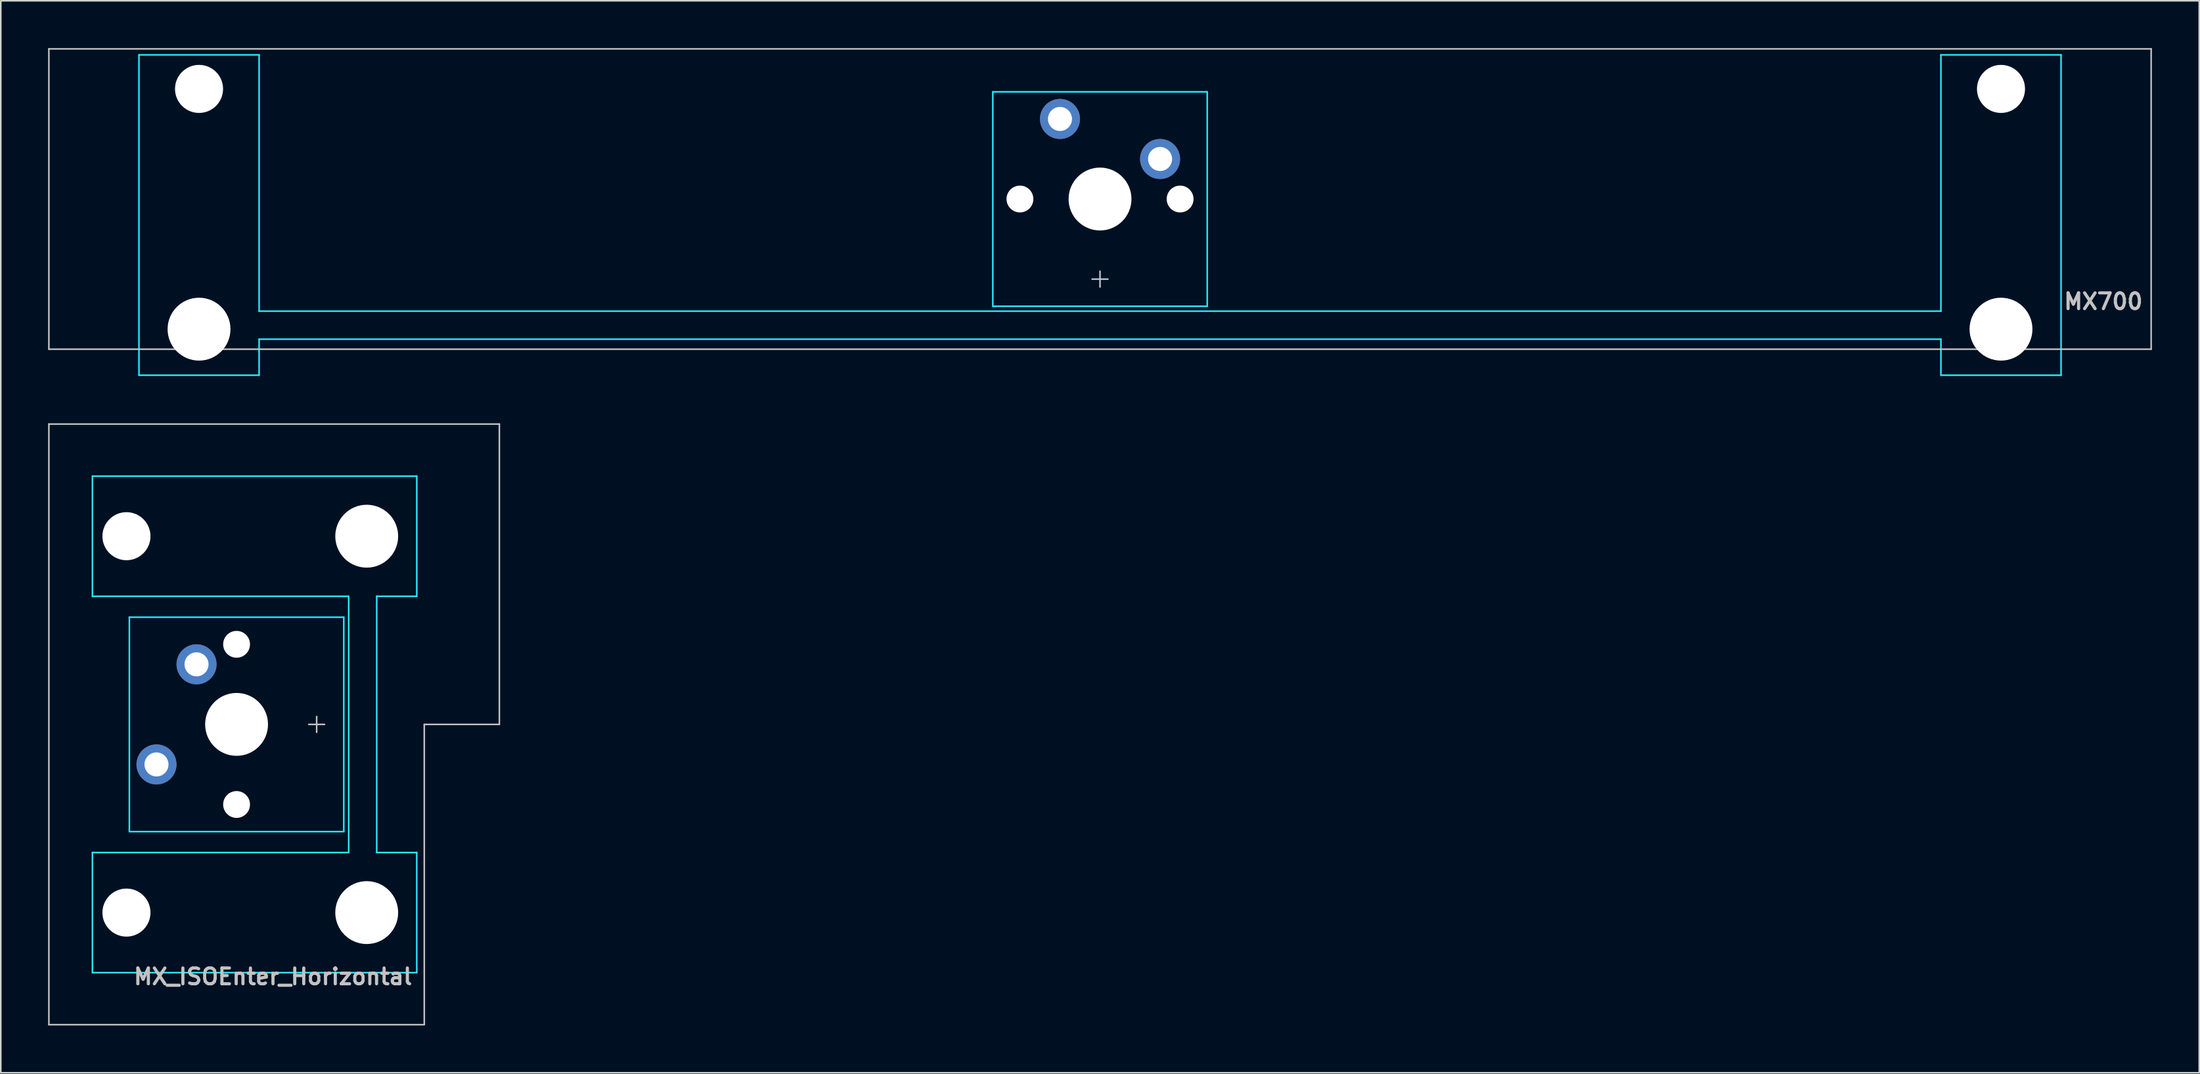
<source format=kicad_pcb>
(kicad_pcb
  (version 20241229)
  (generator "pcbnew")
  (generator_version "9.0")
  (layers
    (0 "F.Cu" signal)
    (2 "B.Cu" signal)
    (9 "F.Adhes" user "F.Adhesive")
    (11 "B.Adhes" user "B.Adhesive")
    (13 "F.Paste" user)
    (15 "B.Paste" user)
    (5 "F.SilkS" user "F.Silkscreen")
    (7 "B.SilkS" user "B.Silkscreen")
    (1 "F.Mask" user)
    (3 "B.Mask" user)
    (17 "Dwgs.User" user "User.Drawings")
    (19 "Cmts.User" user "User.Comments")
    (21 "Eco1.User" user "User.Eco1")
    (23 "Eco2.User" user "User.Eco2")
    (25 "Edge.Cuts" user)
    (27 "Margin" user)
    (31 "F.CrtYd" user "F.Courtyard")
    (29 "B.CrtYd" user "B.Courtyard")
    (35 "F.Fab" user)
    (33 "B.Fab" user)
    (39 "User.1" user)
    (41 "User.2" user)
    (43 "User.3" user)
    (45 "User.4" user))
  (footprint "MX700"
    (layer "F.Cu")
    (at 66.725 9.575)
    (property "Reference" "MX700" (at 66.25 6.5 0) (layer "Dwgs.User") (effects (font (size 1 1) (thickness 0.2)) (justify right)))
    (attr through_hole)
    (fp_line (start -66.675 -9.525) (end -66.675 9.525) (stroke (width 0.1) (type solid)) (layer "Dwgs.User"))
    (fp_line (start -66.675 -9.525) (end 66.675 -9.525) (stroke (width 0.1) (type solid)) (layer "Dwgs.User"))
    (fp_line (start -66.675 9.525) (end 66.675 9.525) (stroke (width 0.1) (type solid)) (layer "Dwgs.User"))
    (fp_line (start -0.5 5.08) (end 0.5 5.08) (stroke (width 0.1) (type solid)) (layer "Dwgs.User"))
    (fp_line (start 0 5.58) (end 0 4.58) (stroke (width 0.1) (type solid)) (layer "Dwgs.User"))
    (fp_line (start 66.675 -9.525) (end 66.675 9.525) (stroke (width 0.1) (type solid)) (layer "Dwgs.User"))
    (fp_line (start -60.65 -5.485) (end -60.65 8.515) (stroke (width 0.1) (type solid)) (layer "Eco1.User"))
    (fp_line (start -60.15 -5.985) (end -54.15 -5.985) (stroke (width 0.1) (type solid)) (layer "Eco1.User"))
    (fp_line (start -54.15 9.015) (end -60.15 9.015) (stroke (width 0.1) (type solid)) (layer "Eco1.User"))
    (fp_line (start -53.65 8.515) (end -53.65 -5.485) (stroke (width 0.1) (type solid)) (layer "Eco1.User"))
    (fp_line (start -7 -6.5) (end -7 6.5) (stroke (width 0.1) (type solid)) (layer "Eco1.User"))
    (fp_line (start -6.5 7) (end 6.5 7) (stroke (width 0.1) (type solid)) (layer "Eco1.User"))
    (fp_line (start 6.5 -7) (end -6.5 -7) (stroke (width 0.1) (type solid)) (layer "Eco1.User"))
    (fp_line (start 7 6.5) (end 7 -6.5) (stroke (width 0.1) (type solid)) (layer "Eco1.User"))
    (fp_line (start 53.65 -5.485) (end 53.65 8.515) (stroke (width 0.1) (type solid)) (layer "Eco1.User"))
    (fp_line (start 54.15 -5.985) (end 60.15 -5.985) (stroke (width 0.1) (type solid)) (layer "Eco1.User"))
    (fp_line (start 60.15 9.015) (end 54.15 9.015) (stroke (width 0.1) (type solid)) (layer "Eco1.User"))
    (fp_line (start 60.65 8.515) (end 60.65 -5.485) (stroke (width 0.1) (type solid)) (layer "Eco1.User"))
    (fp_arc (start -60.65 -5.485) (mid -60.503553 -5.838553) (end -60.15 -5.985) (stroke (width 0.1) (type solid)) (layer "Eco1.User"))
    (fp_arc (start -60.15 9.015) (mid -60.503553 8.868553) (end -60.65 8.515) (stroke (width 0.1) (type solid)) (layer "Eco1.User"))
    (fp_arc (start -54.15 -5.985) (mid -53.796447 -5.838553) (end -53.65 -5.485) (stroke (width 0.1) (type solid)) (layer "Eco1.User"))
    (fp_arc (start -53.65 8.515) (mid -53.796447 8.868553) (end -54.15 9.015) (stroke (width 0.1) (type solid)) (layer "Eco1.User"))
    (fp_arc (start -7 -6.5) (mid -6.853553 -6.853553) (end -6.5 -7) (stroke (width 0.1) (type solid)) (layer "Eco1.User"))
    (fp_arc (start -6.5 7) (mid -6.853553 6.853553) (end -7 6.5) (stroke (width 0.1) (type solid)) (layer "Eco1.User"))
    (fp_arc (start 6.5 -7) (mid 6.853553 -6.853553) (end 7 -6.5) (stroke (width 0.1) (type solid)) (layer "Eco1.User"))
    (fp_arc (start 7 6.5) (mid 6.853553 6.853553) (end 6.5 7) (stroke (width 0.1) (type solid)) (layer "Eco1.User"))
    (fp_arc (start 53.65 -5.485) (mid 53.796447 -5.838553) (end 54.15 -5.985) (stroke (width 0.1) (type solid)) (layer "Eco1.User"))
    (fp_arc (start 54.15 9.015) (mid 53.796447 8.868553) (end 53.65 8.515) (stroke (width 0.1) (type solid)) (layer "Eco1.User"))
    (fp_arc (start 60.15 -5.985) (mid 60.503553 -5.838553) (end 60.65 -5.485) (stroke (width 0.1) (type solid)) (layer "Eco1.User"))
    (fp_arc (start 60.65 8.515) (mid 60.503553 8.868553) (end 60.15 9.015) (stroke (width 0.1) (type solid)) (layer "Eco1.User"))
    (fp_line (start -60.96 -9.144) (end -60.96 11.176) (stroke (width 0.1) (type solid)) (layer "B.CrtYd"))
    (fp_line (start -60.96 -9.144) (end -53.34 -9.144) (stroke (width 0.1) (type solid)) (layer "B.CrtYd"))
    (fp_line (start -60.96 11.176) (end -53.34 11.176) (stroke (width 0.1) (type solid)) (layer "B.CrtYd"))
    (fp_line (start -53.34 7.112) (end -53.34 -9.144) (stroke (width 0.1) (type solid)) (layer "B.CrtYd"))
    (fp_line (start -53.34 7.112) (end 53.34 7.112) (stroke (width 0.1) (type solid)) (layer "B.CrtYd"))
    (fp_line (start -53.34 8.89) (end -53.34 11.176) (stroke (width 0.1) (type solid)) (layer "B.CrtYd"))
    (fp_line (start -53.34 8.89) (end 53.34 8.89) (stroke (width 0.1) (type solid)) (layer "B.CrtYd"))
    (fp_line (start -6.8 -6.8) (end -6.8 6.8) (stroke (width 0.1) (type solid)) (layer "B.CrtYd"))
    (fp_line (start -6.8 -6.8) (end 6.8 -6.8) (stroke (width 0.1) (type solid)) (layer "B.CrtYd"))
    (fp_line (start -6.8 6.8) (end 6.8 6.8) (stroke (width 0.1) (type solid)) (layer "B.CrtYd"))
    (fp_line (start 6.8 6.8) (end 6.8 -6.8) (stroke (width 0.1) (type solid)) (layer "B.CrtYd"))
    (fp_line (start 53.34 -9.144) (end 60.96 -9.144) (stroke (width 0.1) (type solid)) (layer "B.CrtYd"))
    (fp_line (start 53.34 7.112) (end 53.34 -9.144) (stroke (width 0.1) (type solid)) (layer "B.CrtYd"))
    (fp_line (start 53.34 8.89) (end 53.34 11.176) (stroke (width 0.1) (type solid)) (layer "B.CrtYd"))
    (fp_line (start 53.34 11.176) (end 60.96 11.176) (stroke (width 0.1) (type solid)) (layer "B.CrtYd"))
    (fp_line (start 60.96 -9.144) (end 60.96 11.176) (stroke (width 0.1) (type solid)) (layer "B.CrtYd"))
    (pad "" np_thru_hole circle (at -57.15 -6.985 180) (size 3.048 3.048) (drill 3.048) (layers "*.Cu" "*.Mask"))
    (pad "" np_thru_hole circle (at -57.15 8.255 180) (size 3.988 3.988) (drill 3.988) (layers "*.Cu" "*.Mask"))
    (pad "" np_thru_hole circle (at -5.08 0) (size 1.702 1.702) (drill 1.702) (layers "*.Cu" "*.Mask"))
    (pad "" connect circle (at -2.54 -5.08) (size 1.524 1.524) (layers "B.Mask"))
    (pad "" np_thru_hole circle (at 0 0) (size 3.988 3.988) (drill 3.988) (layers "*.Cu" "*.Mask"))
    (pad "" connect circle (at 3.81 -2.54) (size 1.524 1.524) (layers "B.Mask"))
    (pad "" np_thru_hole circle (at 5.08 0) (size 1.702 1.702) (drill 1.702) (layers "*.Cu" "*.Mask"))
    (pad "" np_thru_hole circle (at 57.15 -6.985 180) (size 3.048 3.048) (drill 3.048) (layers "*.Cu" "*.Mask"))
    (pad "" np_thru_hole circle (at 57.15 8.255 180) (size 3.988 3.988) (drill 3.988) (layers "*.Cu" "*.Mask"))
    (pad "1" thru_hole circle (at -2.54 -5.08) (size 2.54 2.54) (drill 1.524) (layers "*.Cu" "F.Mask"))
    (pad "2" thru_hole circle (at 3.81 -2.54) (size 2.54 2.54) (drill 1.524) (layers "*.Cu" "F.Mask")))
  (footprint "MX_ISOEnter_Horizontal"
    (layer "F.Cu")
    (at 11.956 42.901)
    (property "Reference" "MX_ISOEnter_Horizontal" (at 11.25 16 0) (layer "Dwgs.User") (effects (font (size 1 1) (thickness 0.2)) (justify right)))
    (fp_line (start -11.906 19.05) (end -11.906 -19.05) (stroke (width 0.1) (type solid)) (layer "Dwgs.User"))
    (fp_line (start 4.58 0) (end 5.58 0) (stroke (width 0.1) (type solid)) (layer "Dwgs.User"))
    (fp_line (start 5.08 0.5) (end 5.08 -0.5) (stroke (width 0.1) (type solid)) (layer "Dwgs.User"))
    (fp_line (start 11.906 19.05) (end -11.906 19.05) (stroke (width 0.1) (type solid)) (layer "Dwgs.User"))
    (fp_line (start 11.906 19.05) (end 11.906 0) (stroke (width 0.1) (type solid)) (layer "Dwgs.User"))
    (fp_line (start 16.669 -19.05) (end -11.906 -19.05) (stroke (width 0.1) (type solid)) (layer "Dwgs.User"))
    (fp_line (start 16.669 0) (end 11.906 0) (stroke (width 0.1) (type solid)) (layer "Dwgs.User"))
    (fp_line (start 16.669 0) (end 16.669 -19.05) (stroke (width 0.1) (type solid)) (layer "Dwgs.User"))
    (fp_line (start -7 -6.5) (end -7 6.5) (stroke (width 0.1) (type solid)) (layer "Eco1.User"))
    (fp_line (start -6.5 7) (end 6.5 7) (stroke (width 0.1) (type solid)) (layer "Eco1.User"))
    (fp_line (start -5.985 -8.938) (end -5.985 -14.938) (stroke (width 0.1) (type solid)) (layer "Eco1.User"))
    (fp_line (start -5.985 14.938) (end -5.985 8.938) (stroke (width 0.1) (type solid)) (layer "Eco1.User"))
    (fp_line (start -5.485 -8.438) (end 8.515 -8.438) (stroke (width 0.1) (type solid)) (layer "Eco1.User"))
    (fp_line (start -5.485 15.438) (end 8.515 15.438) (stroke (width 0.1) (type solid)) (layer "Eco1.User"))
    (fp_line (start 6.5 -7) (end -6.5 -7) (stroke (width 0.1) (type solid)) (layer "Eco1.User"))
    (fp_line (start 7 6.5) (end 7 -6.5) (stroke (width 0.1) (type solid)) (layer "Eco1.User"))
    (fp_line (start 8.515 -15.438) (end -5.485 -15.438) (stroke (width 0.1) (type solid)) (layer "Eco1.User"))
    (fp_line (start 8.515 8.438) (end -5.485 8.438) (stroke (width 0.1) (type solid)) (layer "Eco1.User"))
    (fp_line (start 9.015 -14.938) (end 9.015 -8.938) (stroke (width 0.1) (type solid)) (layer "Eco1.User"))
    (fp_line (start 9.015 8.938) (end 9.015 14.938) (stroke (width 0.1) (type solid)) (layer "Eco1.User"))
    (fp_arc (start -7 -6.5) (mid -6.853553 -6.853553) (end -6.5 -7) (stroke (width 0.1) (type solid)) (layer "Eco1.User"))
    (fp_arc (start -6.5 7) (mid -6.853553 6.853553) (end -7 6.5) (stroke (width 0.1) (type solid)) (layer "Eco1.User"))
    (fp_arc (start -5.985 -14.938) (mid -5.838553 -15.291553) (end -5.485 -15.438) (stroke (width 0.1) (type solid)) (layer "Eco1.User"))
    (fp_arc (start -5.985 8.938) (mid -5.838553 8.584447) (end -5.485 8.438) (stroke (width 0.1) (type solid)) (layer "Eco1.User"))
    (fp_arc (start -5.485 -8.438) (mid -5.838553 -8.584447) (end -5.985 -8.938) (stroke (width 0.1) (type solid)) (layer "Eco1.User"))
    (fp_arc (start -5.485 15.438) (mid -5.838553 15.291553) (end -5.985 14.938) (stroke (width 0.1) (type solid)) (layer "Eco1.User"))
    (fp_arc (start 6.5 -7) (mid 6.853553 -6.853553) (end 7 -6.5) (stroke (width 0.1) (type solid)) (layer "Eco1.User"))
    (fp_arc (start 7 6.5) (mid 6.853553 6.853553) (end 6.5 7) (stroke (width 0.1) (type solid)) (layer "Eco1.User"))
    (fp_arc (start 8.515 -15.438) (mid 8.868553 -15.291553) (end 9.015 -14.938) (stroke (width 0.1) (type solid)) (layer "Eco1.User"))
    (fp_arc (start 8.515 8.438) (mid 8.868553 8.584447) (end 9.015 8.938) (stroke (width 0.1) (type solid)) (layer "Eco1.User"))
    (fp_arc (start 9.015 -8.938) (mid 8.868553 -8.584447) (end 8.515 -8.438) (stroke (width 0.1) (type solid)) (layer "Eco1.User"))
    (fp_arc (start 9.015 14.938) (mid 8.868553 15.291553) (end 8.515 15.438) (stroke (width 0.1) (type solid)) (layer "Eco1.User"))
    (fp_line (start -9.144 -15.748) (end 11.43 -15.748) (stroke (width 0.1) (type solid)) (layer "B.CrtYd"))
    (fp_line (start -9.144 -8.128) (end -9.144 -15.748) (stroke (width 0.1) (type solid)) (layer "B.CrtYd"))
    (fp_line (start -9.144 -8.128) (end 7.112 -8.128) (stroke (width 0.1) (type solid)) (layer "B.CrtYd"))
    (fp_line (start -9.144 8.128) (end 7.112 8.128) (stroke (width 0.1) (type solid)) (layer "B.CrtYd"))
    (fp_line (start -9.144 15.748) (end -9.144 8.128) (stroke (width 0.1) (type solid)) (layer "B.CrtYd"))
    (fp_line (start -6.8 -6.8) (end -6.8 6.8) (stroke (width 0.1) (type solid)) (layer "B.CrtYd"))
    (fp_line (start 6.8 -6.8) (end -6.8 -6.8) (stroke (width 0.1) (type solid)) (layer "B.CrtYd"))
    (fp_line (start 6.8 -6.8) (end 6.8 6.8) (stroke (width 0.1) (type solid)) (layer "B.CrtYd"))
    (fp_line (start 6.8 6.8) (end -6.8 6.8) (stroke (width 0.1) (type solid)) (layer "B.CrtYd"))
    (fp_line (start 7.112 8.128) (end 7.112 -8.128) (stroke (width 0.1) (type solid)) (layer "B.CrtYd"))
    (fp_line (start 8.89 8.128) (end 8.89 -8.128) (stroke (width 0.1) (type solid)) (layer "B.CrtYd"))
    (fp_line (start 11.43 -15.748) (end 11.43 -8.128) (stroke (width 0.1) (type solid)) (layer "B.CrtYd"))
    (fp_line (start 11.43 -8.128) (end 8.89 -8.128) (stroke (width 0.1) (type solid)) (layer "B.CrtYd"))
    (fp_line (start 11.43 8.128) (end 8.89 8.128) (stroke (width 0.1) (type solid)) (layer "B.CrtYd"))
    (fp_line (start 11.43 8.128) (end 11.43 15.748) (stroke (width 0.1) (type solid)) (layer "B.CrtYd"))
    (fp_line (start 11.43 15.748) (end -9.144 15.748) (stroke (width 0.1) (type solid)) (layer "B.CrtYd"))
    (pad "" np_thru_hole circle (at -6.985 -11.938 90) (size 3.048 3.048) (drill 3.048) (layers "*.Cu" "*.Mask"))
    (pad "" np_thru_hole circle (at -6.985 11.938 90) (size 3.048 3.048) (drill 3.048) (layers "*.Cu" "*.Mask"))
    (pad "" connect circle (at -5.08 2.54 90) (size 1.524 1.524) (layers "B.Mask"))
    (pad "" connect circle (at -2.54 -3.81 90) (size 1.524 1.524) (layers "B.Mask"))
    (pad "" np_thru_hole circle (at 0 -5.08 90) (size 1.702 1.702) (drill 1.702) (layers "*.Cu" "*.Mask"))
    (pad "" np_thru_hole circle (at 0 0 90) (size 3.988 3.988) (drill 3.988) (layers "*.Cu" "*.Mask"))
    (pad "" np_thru_hole circle (at 0 5.08 90) (size 1.702 1.702) (drill 1.702) (layers "*.Cu" "*.Mask"))
    (pad "" np_thru_hole circle (at 8.255 -11.938 90) (size 3.988 3.988) (drill 3.988) (layers "*.Cu" "*.Mask"))
    (pad "" np_thru_hole circle (at 8.255 11.938 90) (size 3.988 3.988) (drill 3.988) (layers "*.Cu" "*.Mask"))
    (pad "1" thru_hole circle (at -5.08 2.54 90) (size 2.54 2.54) (drill 1.524) (layers "*.Cu" "F.Mask"))
    (pad "2" thru_hole circle (at -2.54 -3.81 90) (size 2.54 2.54) (drill 1.524) (layers "*.Cu" "F.Mask")))
  (gr_rect
    (start -3 -3)
    (end 136.45 65.001)
    (stroke (width 0.1) (type default))
    (fill no)
    (layer "Edge.Cuts")))
</source>
